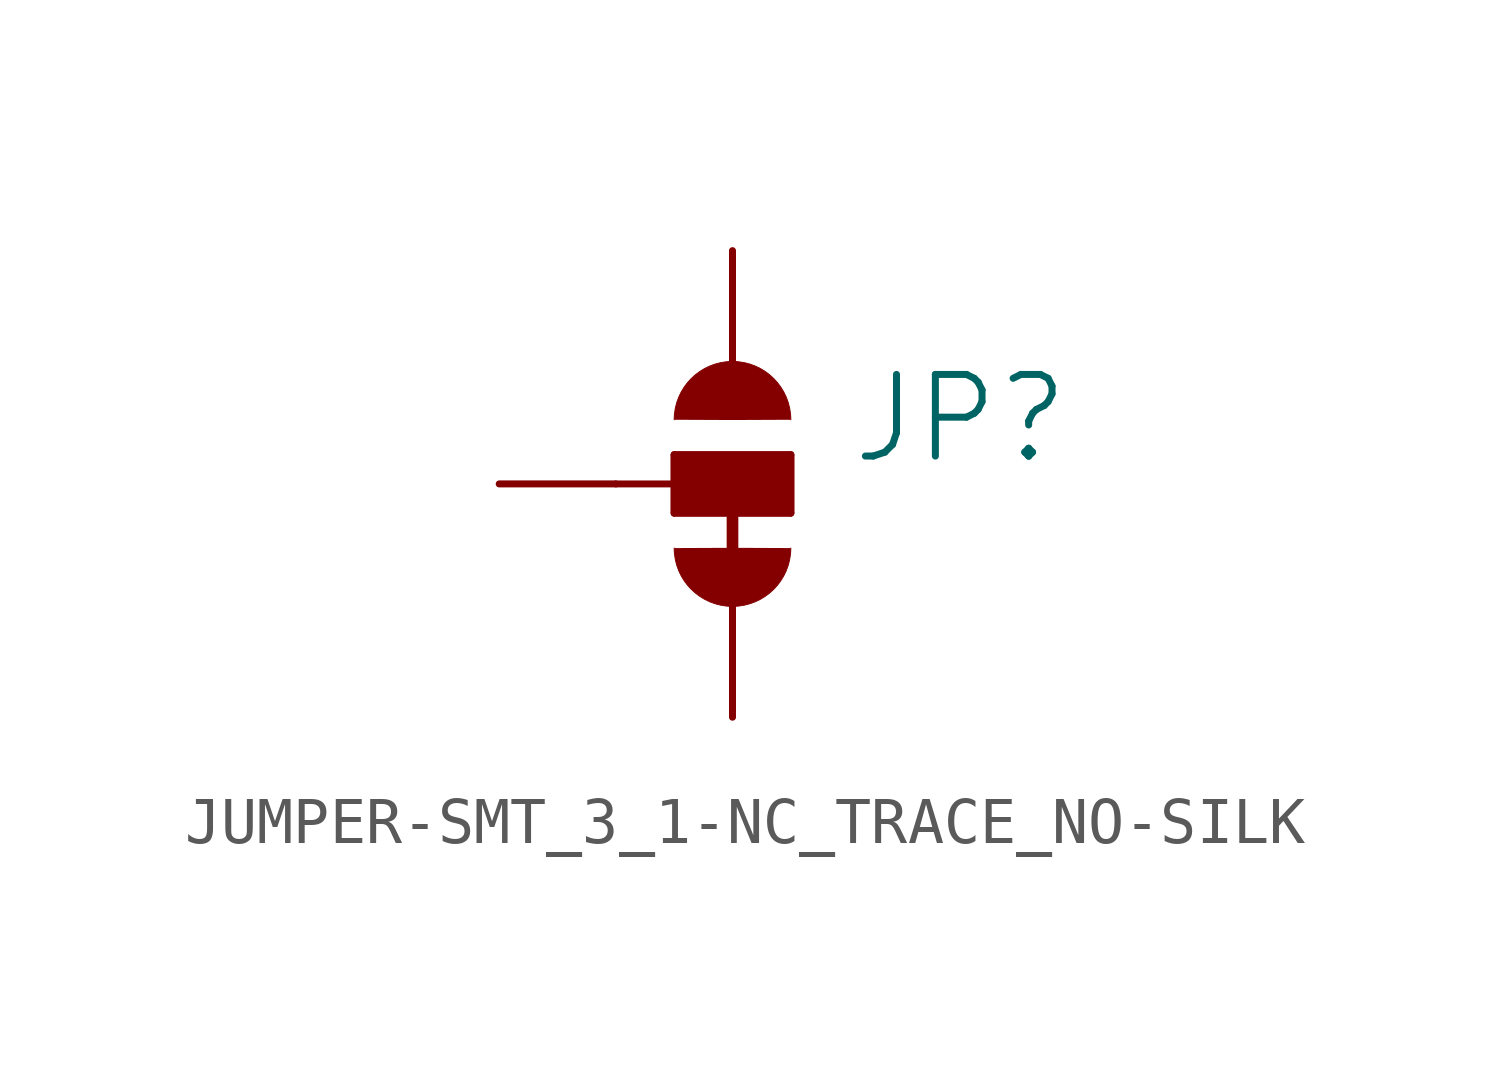
<source format=kicad_sym>
(kicad_symbol_lib
  (version 20220914)
  (generator kicad_symbol_editor)
  (symbol "JUMPER-SMT_3_1-NC_TRACE_NO-SILK"
    (property "Reference" "JP"
      (at 2.54 0.381 0)
      (effects (font (size 1.778 1.778)) (justify left bottom)))
    (property "Value" ""
      (at 2.54 -0.381 0)
      (effects (font (size 1.778 1.778)) (justify left top)))
    (property "ki_locked" ""
      (at 0 0 0)
      (effects (font (size 1.27 1.27))))
    (symbol "JUMPER-SMT_3_1-NC_TRACE_NO-SILK_1_0"
      (arc (start -1.27 -1.397) (mid 0 -2.667) (end 1.27 -1.397) (stroke (width 0.0001) (type solid)) (fill (type outline)))
      (rectangle (start -1.27 -0.635) (end 1.27 0.635) (stroke (width 0) (type default)) (fill (type outline)))
      (polyline (pts (xy -2.54 0) (xy -1.27 0)) (stroke (width 0.152) (type solid)) (fill (type none)))
      (polyline (pts (xy -1.27 -0.635) (xy -1.27 0)) (stroke (width 0.152) (type solid)) (fill (type none)))
      (polyline (pts (xy -1.27 0) (xy -1.27 0.635)) (stroke (width 0.152) (type solid)) (fill (type none)))
      (polyline (pts (xy -1.27 0.635) (xy 1.27 0.635)) (stroke (width 0.152) (type solid)) (fill (type none)))
      (polyline (pts (xy 0 0) (xy 0 -2.54)) (stroke (width 0.254) (type solid)) (fill (type none)))
      (polyline (pts (xy 1.27 -0.635) (xy -1.27 -0.635)) (stroke (width 0.152) (type solid)) (fill (type none)))
      (polyline (pts (xy 1.27 0.635) (xy 1.27 -0.635)) (stroke (width 0.152) (type solid)) (fill (type none)))
      (arc (start 1.27 1.397) (mid 0 2.667) (end -1.27 1.397) (stroke (width 0.0001) (type solid)) (fill (type outline)))
      (pin passive line (at 0 5.08 270) (length 2.54) (name "1" (effects (font (size 0 0)))) (number "1" (effects (font (size 0 0)))))
      (pin passive line (at -5.08 0 0) (length 2.54) (name "2" (effects (font (size 0 0)))) (number "2" (effects (font (size 0 0)))))
      (pin passive line (at 0 -5.08 90) (length 2.54) (name "3" (effects (font (size 0 0)))) (number "3" (effects (font (size 0 0))))))))
</source>
